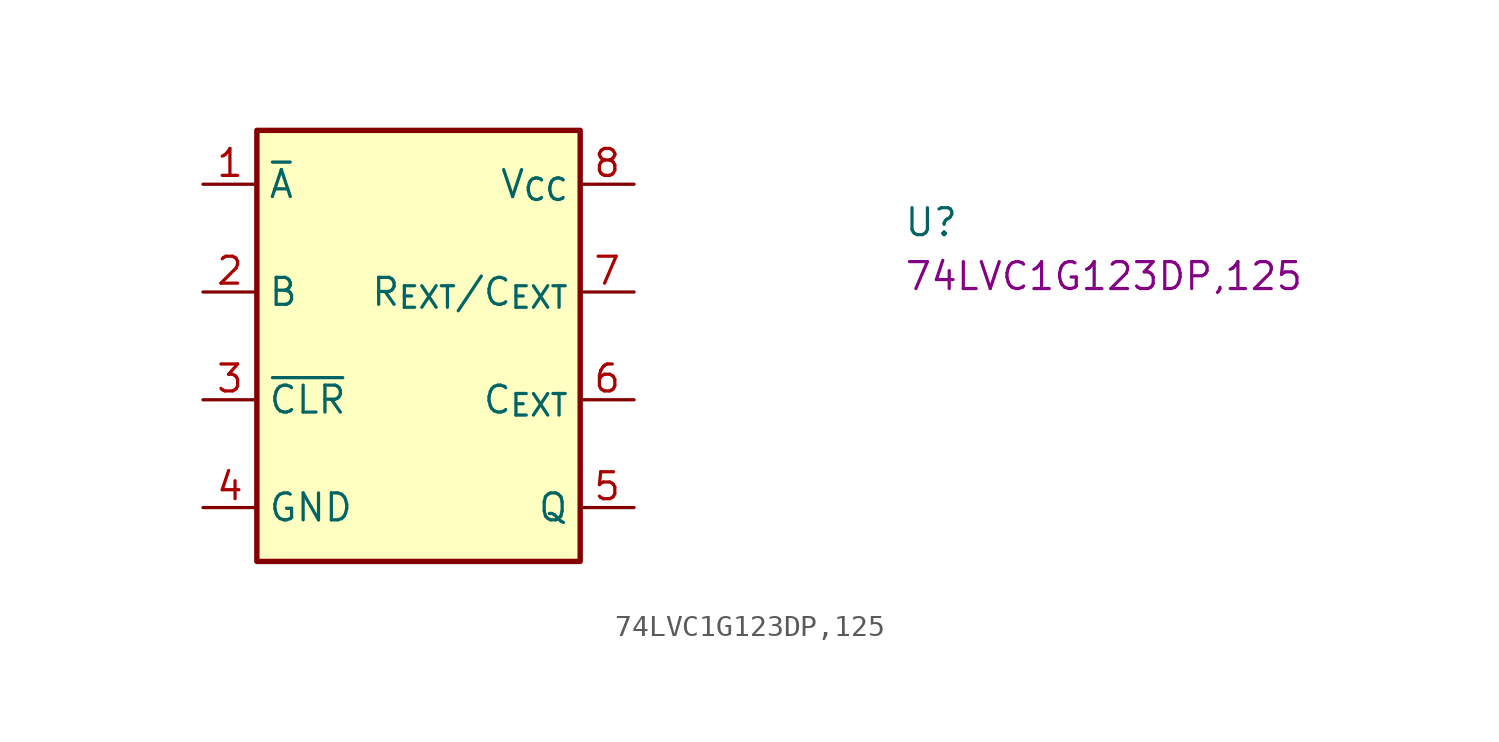
<source format=kicad_sym>
(kicad_symbol_lib
  (version 20220914)
  (generator kicad_symbol_editor)
  (symbol "74LVC1G123DP,125"
    (property "Reference" "U"
      (at 33.02 -2.54 0)
      (effects (font (size 1.27 1.27) (thickness 0.15)) (justify left bottom)))
    (property "MPN" "74LVC1G123DP,125"
      (at 33.02 -5.08 0)
      (effects (font (size 1.27 1.27) (thickness 0.15)) (justify left bottom)))
    (symbol "74LVC1G123DP,125_1_1"
      (rectangle (start 2.54 2.54) (end 17.78 -17.78) (stroke (width 0.254) (type default)) (fill (type background)))
      (pin input line (at 0 0 0) (length 2.54) (name "~{A}" (effects (font (size 1.27 1.27)))) (number "1" (effects (font (size 1.27 1.27)))))
      (pin input line (at 0 -5.08 0) (length 2.54) (name "B" (effects (font (size 1.27 1.27)))) (number "2" (effects (font (size 1.27 1.27)))))
      (pin input line (at 0 -10.16 0) (length 2.54) (name "~{CLR}" (effects (font (size 1.27 1.27)))) (number "3" (effects (font (size 1.27 1.27)))))
      (pin power_in line (at 0 -15.24 0) (length 2.54) (name "GND" (effects (font (size 1.27 1.27)))) (number "4" (effects (font (size 1.27 1.27)))))
      (pin output line (at 20.32 -15.24 180) (length 2.54) (name "Q" (effects (font (size 1.27 1.27)))) (number "5" (effects (font (size 1.27 1.27)))))
      (pin passive line (at 20.32 -10.16 180) (length 2.54) (name "C_{EXT}" (effects (font (size 1.27 1.27)))) (number "6" (effects (font (size 1.27 1.27)))))
      (pin bidirectional line (at 20.32 -5.08 180) (length 2.54) (name "R_{EXT}/C_{EXT}" (effects (font (size 1.27 1.27)))) (number "7" (effects (font (size 1.27 1.27)))))
      (pin power_in line (at 20.32 0 180) (length 2.54) (name "V_{CC}" (effects (font (size 1.27 1.27)))) (number "8" (effects (font (size 1.27 1.27))))))))
</source>
